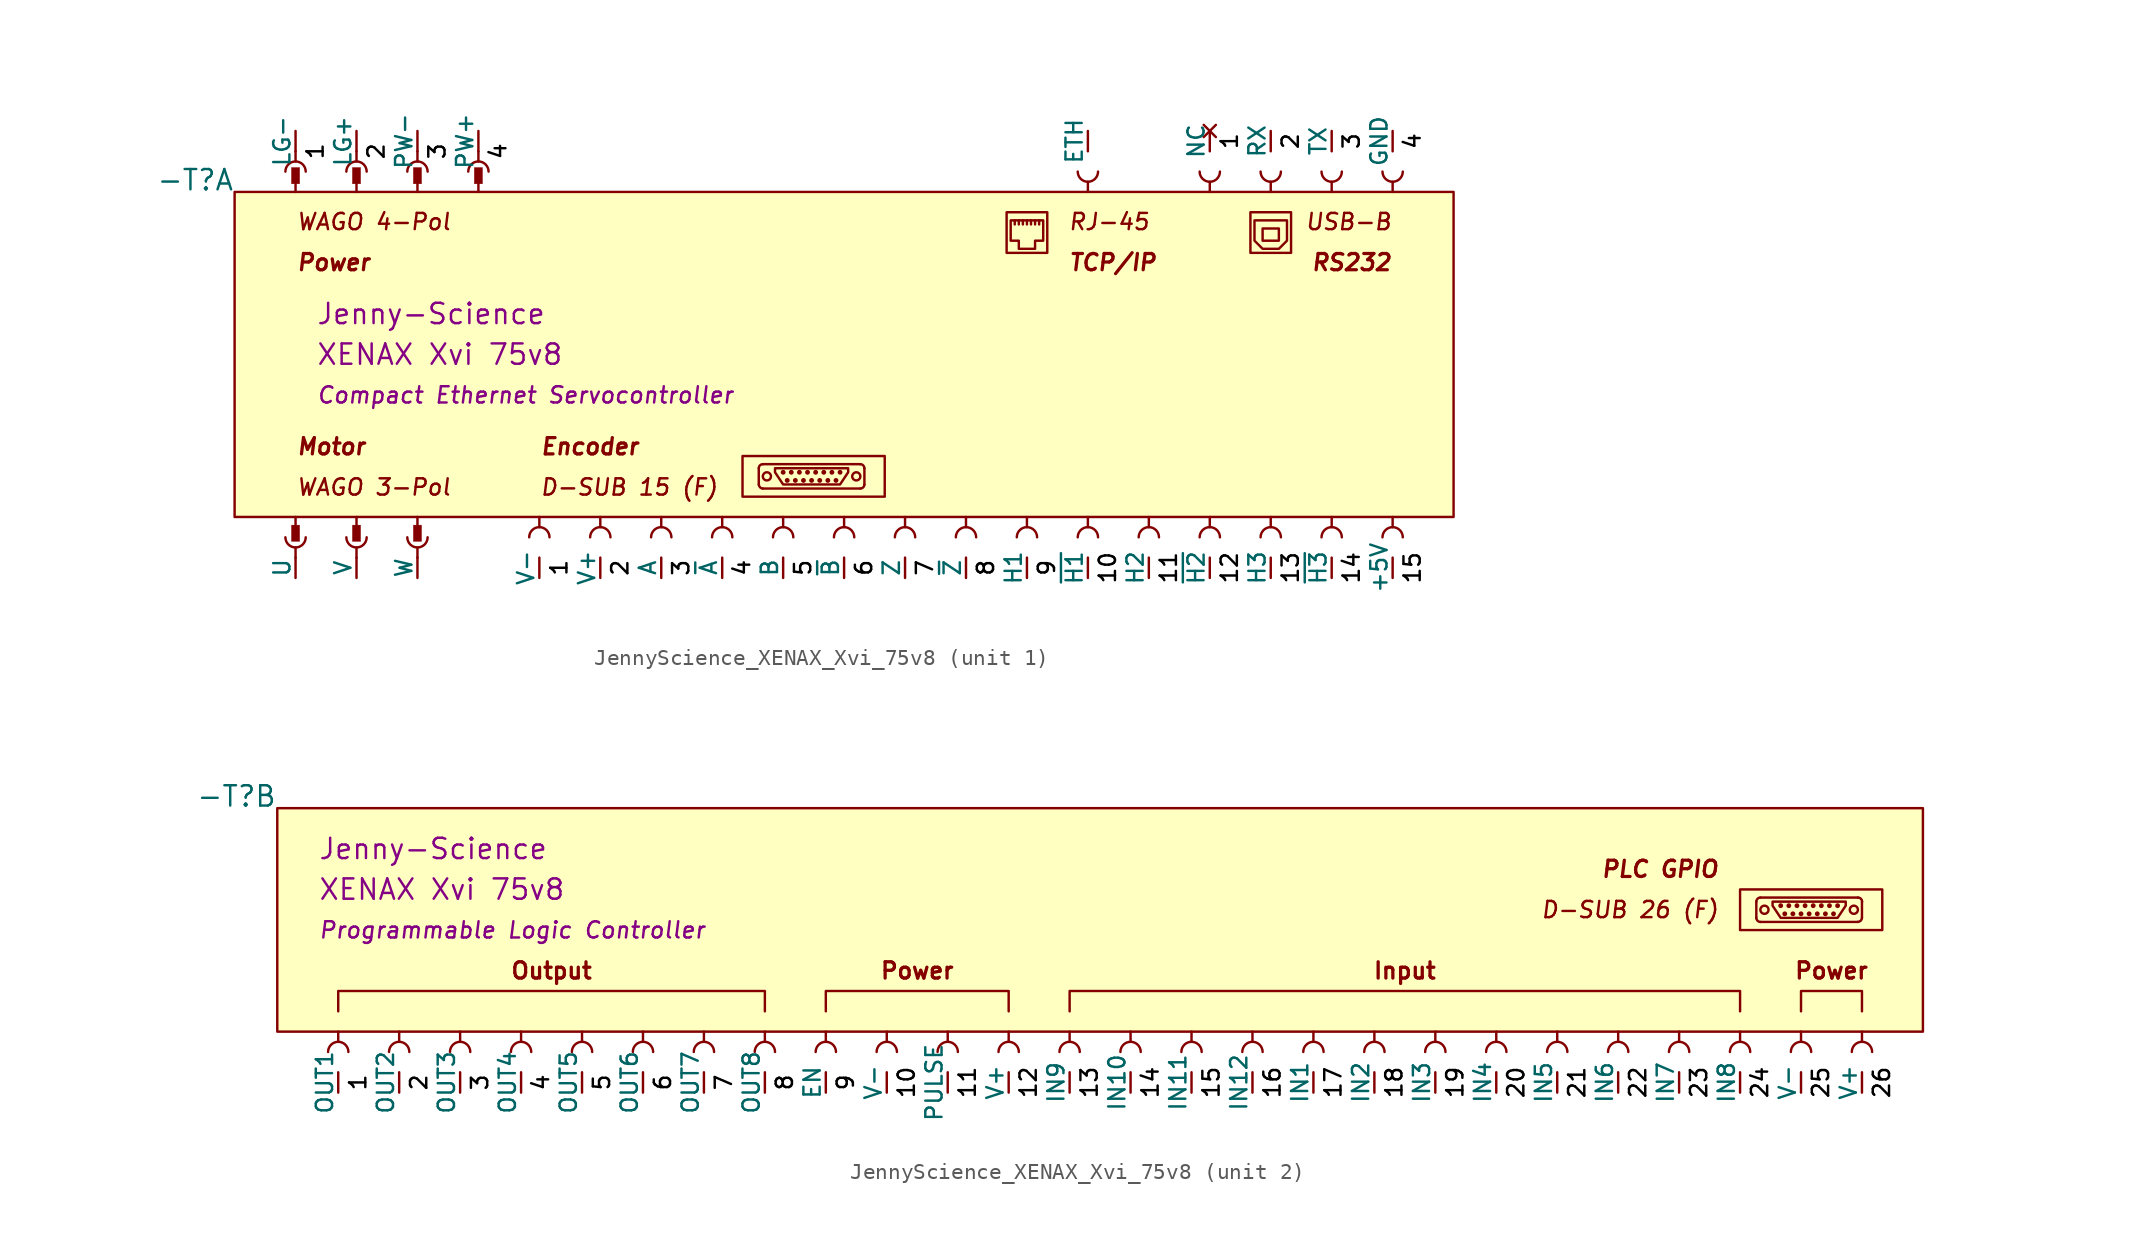
<source format=kicad_sym>
(kicad_symbol_lib
  (version 20231120)
  (generator "kicad_symbol_editor")
  (generator_version "8.0")
  (symbol "JennyScience_XENAX_Xvi_75v8"
    (pin_numbers hide)
    (pin_names
      (offset 0))
    (property "Reference" "-T"
      (at 0 0 0)
      (do_not_autoplace)
      (effects (font (size 1.27 1.27)) (justify right bottom)))
    (property "Manufacturer" "Jenny-Science"
      (at -1.27 -5.08 0)
      (do_not_autoplace)
      (effects (font (size 1.27 1.27)) (justify right) (hide yes)))
    (property "PartNo" "XENAX Xvi 75v8"
      (at -1.27 -7.62 0)
      (effects (font (size 1.27 1.27)) (justify right) (hide yes)))
    (property "ki_locked" ""
      (at 0 0 0)
      (effects (font (size 1.27 1.27))))
    (symbol "JennyScience_XENAX_Xvi_75v8_1_0"
      (polyline (pts (xy 32.766 -18.288) (xy 32.766 -17.272)) (stroke (width 0) (type default)) (fill (type none)))
      (polyline (pts (xy 33.02 -17.018) (xy 39.116 -17.018)) (stroke (width 0) (type default)) (fill (type none)))
      (polyline (pts (xy 39.116 -18.542) (xy 33.02 -18.542)) (stroke (width 0) (type default)) (fill (type none)))
      (polyline (pts (xy 39.37 -17.272) (xy 39.37 -18.288)) (stroke (width 0) (type default)) (fill (type none)))
      (polyline (pts (xy 48.768 -2.032) (xy 48.768 -1.778)) (stroke (width 0) (type default)) (fill (type none)))
      (polyline (pts (xy 49.022 -2.032) (xy 49.022 -1.778)) (stroke (width 0) (type default)) (fill (type none)))
      (polyline (pts (xy 49.276 -2.032) (xy 49.276 -1.778)) (stroke (width 0) (type default)) (fill (type none)))
      (polyline (pts (xy 49.53 -2.032) (xy 49.53 -1.778)) (stroke (width 0) (type default)) (fill (type none)))
      (polyline (pts (xy 49.784 -2.032) (xy 49.784 -1.778)) (stroke (width 0) (type default)) (fill (type none)))
      (polyline (pts (xy 50.038 -2.032) (xy 50.038 -1.778)) (stroke (width 0) (type default)) (fill (type none)))
      (polyline (pts (xy 50.292 -2.032) (xy 50.292 -1.778)) (stroke (width 0) (type default)) (fill (type none)))
      (polyline (pts (xy 37.846 -18.288) (xy 34.29 -18.288) (xy 33.782 -17.526) (xy 33.782 -17.272) (xy 38.354 -17.272) (xy 38.354 -17.526) (xy 37.846 -18.288)) (stroke (width 0) (type default)) (fill (type none)))
      (polyline (pts (xy 65.786 -3.048) (xy 65.786 -1.778) (xy 63.754 -1.778) (xy 63.754 -3.048) (xy 64.262 -3.556) (xy 65.278 -3.556) (xy 65.786 -3.048)) (stroke (width 0) (type default)) (fill (type none)))
      (polyline (pts (xy 48.514 -3.048) (xy 49.022 -3.048) (xy 49.022 -3.556) (xy 50.038 -3.556) (xy 50.038 -3.048) (xy 50.546 -3.048) (xy 50.546 -1.778) (xy 48.514 -1.778) (xy 48.514 -3.048)) (stroke (width 0) (type default)) (fill (type none)))
      (rectangle (start 31.75 -19.05) (end 40.64 -16.51) (stroke (width 0) (type default)) (fill (type none)))
      (arc (start 32.766 -18.288) (mid 32.8404 -18.4676) (end 33.02 -18.542) (stroke (width 0) (type default)) (fill (type none)))
      (arc (start 33.022 -17.018) (mid 32.8411 -17.0917) (end 32.768 -17.272) (stroke (width 0) (type default)) (fill (type none)))
      (circle (center 33.274 -17.78) (radius 0.254) (stroke (width 0) (type default)) (fill (type none)))
      (circle (center 34.29 -17.526) (radius 0.0001) (stroke (width 0) (type default)) (fill (type none)))
      (circle (center 34.544 -18.034) (radius 0.0001) (stroke (width 0) (type default)) (fill (type none)))
      (circle (center 34.798 -17.526) (radius 0.0001) (stroke (width 0) (type default)) (fill (type none)))
      (circle (center 35.052 -18.034) (radius 0.0001) (stroke (width 0) (type default)) (fill (type none)))
      (circle (center 35.306 -17.526) (radius 0.0001) (stroke (width 0) (type default)) (fill (type none)))
      (circle (center 35.56 -18.034) (radius 0.0001) (stroke (width 0) (type default)) (fill (type none)))
      (circle (center 35.814 -17.526) (radius 0.0001) (stroke (width 0) (type default)) (fill (type none)))
      (circle (center 36.068 -18.034) (radius 0.0001) (stroke (width 0) (type default)) (fill (type none)))
      (circle (center 36.322 -17.526) (radius 0.0001) (stroke (width 0) (type default)) (fill (type none)))
      (circle (center 36.576 -18.034) (radius 0.0001) (stroke (width 0) (type default)) (fill (type none)))
      (circle (center 36.83 -17.526) (radius 0.0001) (stroke (width 0) (type default)) (fill (type none)))
      (circle (center 37.084 -18.034) (radius 0.0001) (stroke (width 0) (type default)) (fill (type none)))
      (circle (center 37.338 -17.526) (radius 0.0001) (stroke (width 0) (type default)) (fill (type none)))
      (circle (center 37.592 -18.034) (radius 0.0001) (stroke (width 0) (type default)) (fill (type none)))
      (circle (center 37.846 -17.526) (radius 0.0001) (stroke (width 0) (type default)) (fill (type none)))
      (circle (center 38.862 -17.78) (radius 0.254) (stroke (width 0) (type default)) (fill (type none)))
      (arc (start 39.114 -18.542) (mid 39.2949 -18.4683) (end 39.368 -18.288) (stroke (width 0) (type default)) (fill (type none)))
      (arc (start 39.37 -17.274) (mid 39.2963 -17.0931) (end 39.116 -17.02) (stroke (width 0) (type default)) (fill (type none)))
      (rectangle (start 48.26 -1.27) (end 50.8 -3.81) (stroke (width 0) (type default)) (fill (type none)))
      (rectangle (start 63.5 -1.27) (end 66.04 -3.81) (stroke (width 0) (type default)) (fill (type none)))
      (rectangle (start 64.262 -2.286) (end 65.278 -3.048) (stroke (width 0) (type default)) (fill (type none)))
      (text "${Manufacturer}" (at 5.08 -7.62 0) (effects (font (size 1.27 1.27) (color 132 0 132 1)) (justify left)))
      (text "${PartNo}" (at 5.08 -10.16 0) (effects (font (size 1.27 1.27) (color 132 0 132 1)) (justify left)))
      (text "1" (at 4.445 2.54 900) (effects (font (size 1.016 1.016) (color 0 0 0 1)) (justify top)))
      (text "1" (at 19.685 -23.495 900) (effects (font (size 1.016 1.016) (color 0 0 0 1)) (justify top)))
      (text "1" (at 61.595 3.175 900) (effects (font (size 1.016 1.016) (color 0 0 0 1)) (justify top)))
      (text "10" (at 53.975 -23.495 900) (effects (font (size 1.016 1.016) (color 0 0 0 1)) (justify top)))
      (text "11" (at 57.785 -23.495 900) (effects (font (size 1.016 1.016) (color 0 0 0 1)) (justify top)))
      (text "12" (at 61.595 -23.495 900) (effects (font (size 1.016 1.016) (color 0 0 0 1)) (justify top)))
      (text "13" (at 65.405 -23.495 900) (effects (font (size 1.016 1.016) (color 0 0 0 1)) (justify top)))
      (text "14" (at 69.215 -23.495 900) (effects (font (size 1.016 1.016) (color 0 0 0 1)) (justify top)))
      (text "15" (at 73.025 -23.495 900) (effects (font (size 1.016 1.016) (color 0 0 0 1)) (justify top)))
      (text "2" (at 8.255 2.54 900) (effects (font (size 1.016 1.016) (color 0 0 0 1)) (justify top)))
      (text "2" (at 23.495 -23.495 900) (effects (font (size 1.016 1.016) (color 0 0 0 1)) (justify top)))
      (text "2" (at 65.405 3.175 900) (effects (font (size 1.016 1.016) (color 0 0 0 1)) (justify top)))
      (text "3" (at 12.065 2.54 900) (effects (font (size 1.016 1.016) (color 0 0 0 1)) (justify top)))
      (text "3" (at 27.305 -23.495 900) (effects (font (size 1.016 1.016) (color 0 0 0 1)) (justify top)))
      (text "3" (at 69.215 3.175 900) (effects (font (size 1.016 1.016) (color 0 0 0 1)) (justify top)))
      (text "4" (at 15.875 2.54 900) (effects (font (size 1.016 1.016) (color 0 0 0 1)) (justify top)))
      (text "4" (at 31.115 -23.495 900) (effects (font (size 1.016 1.016) (color 0 0 0 1)) (justify top)))
      (text "4" (at 73.025 3.175 900) (effects (font (size 1.016 1.016) (color 0 0 0 1)) (justify top)))
      (text "5" (at 34.925 -23.495 900) (effects (font (size 1.016 1.016) (color 0 0 0 1)) (justify top)))
      (text "6" (at 38.735 -23.495 900) (effects (font (size 1.016 1.016) (color 0 0 0 1)) (justify top)))
      (text "7" (at 42.545 -23.495 900) (effects (font (size 1.016 1.016) (color 0 0 0 1)) (justify top)))
      (text "8" (at 46.355 -23.495 900) (effects (font (size 1.016 1.016) (color 0 0 0 1)) (justify top)))
      (text "9" (at 50.165 -23.495 900) (effects (font (size 1.016 1.016) (color 0 0 0 1)) (justify top)))
      (text "Compact Ethernet Servocontroller" (at 5.08 -12.7 0) (effects (font (size 1.016 1.016) (italic yes) (color 132 0 132 1)) (justify left)))
      (text "D-SUB 15 (F)" (at 19.05 -19.05 0) (effects (font (size 1.016 1.016) (italic yes)) (justify left bottom)))
      (text "Encoder" (at 19.05 -16.51 0) (effects (font (size 1.016 1.016) (bold yes) (italic yes)) (justify left bottom)))
      (text "Motor" (at 3.81 -16.51 0) (effects (font (size 1.016 1.016) (bold yes) (italic yes)) (justify left bottom)))
      (text "Power" (at 3.81 -3.81 0) (effects (font (size 1.016 1.016) (bold yes) (italic yes)) (justify left top)))
      (text "RJ-45" (at 52.07 -1.27 0) (effects (font (size 1.016 1.016) (italic yes)) (justify left top)))
      (text "RS232" (at 72.39 -3.81 0) (effects (font (size 1.016 1.016) (bold yes) (italic yes)) (justify right top)))
      (text "TCP/IP" (at 52.07 -3.81 0) (effects (font (size 1.016 1.016) (bold yes) (italic yes)) (justify left top)))
      (text "USB-B" (at 72.39 -1.27 0) (effects (font (size 1.016 1.016) (italic yes)) (justify right top)))
      (text "WAGO 3-Pol" (at 3.81 -19.05 0) (effects (font (size 1.016 1.016) (italic yes)) (justify left bottom)))
      (text "WAGO 4-Pol" (at 3.81 -1.27 0) (effects (font (size 1.016 1.016) (italic yes)) (justify left top))))
    (symbol "JennyScience_XENAX_Xvi_75v8_1_1"
      (polyline (pts (xy 3.81 -22.225) (xy 3.81 -22.86)) (stroke (width 0) (type default)) (fill (type none)))
      (polyline (pts (xy 3.81 -21.59) (xy 3.81 -20.32)) (stroke (width 0) (type default)) (fill (type none)))
      (polyline (pts (xy 3.81 1.27) (xy 3.81 0)) (stroke (width 0) (type default)) (fill (type none)))
      (polyline (pts (xy 3.81 1.905) (xy 3.81 2.54)) (stroke (width 0) (type default)) (fill (type none)))
      (polyline (pts (xy 7.62 -22.225) (xy 7.62 -22.86)) (stroke (width 0) (type default)) (fill (type none)))
      (polyline (pts (xy 7.62 -21.59) (xy 7.62 -20.32)) (stroke (width 0) (type default)) (fill (type none)))
      (polyline (pts (xy 7.62 1.27) (xy 7.62 0)) (stroke (width 0) (type default)) (fill (type none)))
      (polyline (pts (xy 7.62 1.905) (xy 7.62 2.54)) (stroke (width 0) (type default)) (fill (type none)))
      (polyline (pts (xy 11.43 -22.225) (xy 11.43 -22.86)) (stroke (width 0) (type default)) (fill (type none)))
      (polyline (pts (xy 11.43 -21.59) (xy 11.43 -20.32)) (stroke (width 0) (type default)) (fill (type none)))
      (polyline (pts (xy 11.43 1.27) (xy 11.43 0)) (stroke (width 0) (type default)) (fill (type none)))
      (polyline (pts (xy 11.43 1.905) (xy 11.43 2.54)) (stroke (width 0) (type default)) (fill (type none)))
      (polyline (pts (xy 15.24 1.27) (xy 15.24 0)) (stroke (width 0) (type default)) (fill (type none)))
      (polyline (pts (xy 15.24 1.905) (xy 15.24 2.54)) (stroke (width 0) (type default)) (fill (type none)))
      (polyline (pts (xy 19.05 -20.955) (xy 19.05 -20.32)) (stroke (width 0) (type default)) (fill (type none)))
      (polyline (pts (xy 22.86 -20.955) (xy 22.86 -20.32)) (stroke (width 0) (type default)) (fill (type none)))
      (polyline (pts (xy 26.67 -20.955) (xy 26.67 -20.32)) (stroke (width 0) (type default)) (fill (type none)))
      (polyline (pts (xy 30.48 -20.955) (xy 30.48 -20.32)) (stroke (width 0) (type default)) (fill (type none)))
      (polyline (pts (xy 34.29 -20.955) (xy 34.29 -20.32)) (stroke (width 0) (type default)) (fill (type none)))
      (polyline (pts (xy 38.1 -20.955) (xy 38.1 -20.32)) (stroke (width 0) (type default)) (fill (type none)))
      (polyline (pts (xy 41.91 -20.955) (xy 41.91 -20.32)) (stroke (width 0) (type default)) (fill (type none)))
      (polyline (pts (xy 45.72 -20.955) (xy 45.72 -20.32)) (stroke (width 0) (type default)) (fill (type none)))
      (polyline (pts (xy 49.53 -20.955) (xy 49.53 -20.32)) (stroke (width 0) (type default)) (fill (type none)))
      (polyline (pts (xy 53.34 -20.955) (xy 53.34 -20.32)) (stroke (width 0) (type default)) (fill (type none)))
      (polyline (pts (xy 53.34 0.635) (xy 53.34 0)) (stroke (width 0) (type default)) (fill (type none)))
      (polyline (pts (xy 57.15 -20.955) (xy 57.15 -20.32)) (stroke (width 0) (type default)) (fill (type none)))
      (polyline (pts (xy 60.96 -20.955) (xy 60.96 -20.32)) (stroke (width 0) (type default)) (fill (type none)))
      (polyline (pts (xy 60.96 0.635) (xy 60.96 0)) (stroke (width 0) (type default)) (fill (type none)))
      (polyline (pts (xy 64.77 -20.955) (xy 64.77 -20.32)) (stroke (width 0) (type default)) (fill (type none)))
      (polyline (pts (xy 64.77 0.635) (xy 64.77 0)) (stroke (width 0) (type default)) (fill (type none)))
      (polyline (pts (xy 68.58 -20.955) (xy 68.58 -20.32)) (stroke (width 0) (type default)) (fill (type none)))
      (polyline (pts (xy 68.58 0.635) (xy 68.58 0)) (stroke (width 0) (type default)) (fill (type none)))
      (polyline (pts (xy 72.39 -20.955) (xy 72.39 -20.32)) (stroke (width 0) (type default)) (fill (type none)))
      (polyline (pts (xy 72.39 0.635) (xy 72.39 0)) (stroke (width 0) (type default)) (fill (type none)))
      (rectangle (start 0 0) (end 76.2 -20.32) (stroke (width 0) (type solid)) (fill (type background)))
      (arc (start 3.175 -21.59) (mid 3.81 -22.225) (end 4.445 -21.59) (stroke (width 0) (type default)) (fill (type none)))
      (rectangle (start 3.556 -21.844) (end 4.064 -20.828) (stroke (width 0.025) (type default)) (fill (type outline)))
      (rectangle (start 4.064 1.524) (end 3.556 0.508) (stroke (width 0.025) (type default)) (fill (type outline)))
      (arc (start 4.445 1.27) (mid 3.81 1.905) (end 3.175 1.27) (stroke (width 0) (type default)) (fill (type none)))
      (arc (start 6.985 -21.59) (mid 7.62 -22.225) (end 8.255 -21.59) (stroke (width 0) (type default)) (fill (type none)))
      (rectangle (start 7.366 -21.844) (end 7.874 -20.828) (stroke (width 0.025) (type default)) (fill (type outline)))
      (rectangle (start 7.874 1.524) (end 7.366 0.508) (stroke (width 0.025) (type default)) (fill (type outline)))
      (arc (start 8.255 1.27) (mid 7.62 1.905) (end 6.985 1.27) (stroke (width 0) (type default)) (fill (type none)))
      (arc (start 10.795 -21.59) (mid 11.43 -22.225) (end 12.065 -21.59) (stroke (width 0) (type default)) (fill (type none)))
      (rectangle (start 11.176 -21.844) (end 11.684 -20.828) (stroke (width 0.025) (type default)) (fill (type outline)))
      (rectangle (start 11.684 1.524) (end 11.176 0.508) (stroke (width 0.025) (type default)) (fill (type outline)))
      (arc (start 12.065 1.27) (mid 11.43 1.905) (end 10.795 1.27) (stroke (width 0) (type default)) (fill (type none)))
      (rectangle (start 15.494 1.524) (end 14.986 0.508) (stroke (width 0.025) (type default)) (fill (type outline)))
      (arc (start 15.875 1.27) (mid 15.24 1.905) (end 14.605 1.27) (stroke (width 0) (type default)) (fill (type none)))
      (arc (start 19.685 -21.59) (mid 19.05 -20.955) (end 18.415 -21.59) (stroke (width 0) (type default)) (fill (type none)))
      (arc (start 23.495 -21.59) (mid 22.86 -20.955) (end 22.225 -21.59) (stroke (width 0) (type default)) (fill (type none)))
      (arc (start 27.305 -21.59) (mid 26.67 -20.955) (end 26.035 -21.59) (stroke (width 0) (type default)) (fill (type none)))
      (arc (start 31.115 -21.59) (mid 30.48 -20.955) (end 29.845 -21.59) (stroke (width 0) (type default)) (fill (type none)))
      (arc (start 34.925 -21.59) (mid 34.29 -20.955) (end 33.655 -21.59) (stroke (width 0) (type default)) (fill (type none)))
      (arc (start 38.735 -21.59) (mid 38.1 -20.955) (end 37.465 -21.59) (stroke (width 0) (type default)) (fill (type none)))
      (arc (start 42.545 -21.59) (mid 41.91 -20.955) (end 41.275 -21.59) (stroke (width 0) (type default)) (fill (type none)))
      (arc (start 46.355 -21.59) (mid 45.72 -20.955) (end 45.085 -21.59) (stroke (width 0) (type default)) (fill (type none)))
      (arc (start 50.165 -21.59) (mid 49.53 -20.955) (end 48.895 -21.59) (stroke (width 0) (type default)) (fill (type none)))
      (arc (start 52.705 1.27) (mid 53.34 0.635) (end 53.975 1.27) (stroke (width 0) (type default)) (fill (type none)))
      (arc (start 53.975 -21.59) (mid 53.34 -20.955) (end 52.705 -21.59) (stroke (width 0) (type default)) (fill (type none)))
      (arc (start 57.785 -21.59) (mid 57.15 -20.955) (end 56.515 -21.59) (stroke (width 0) (type default)) (fill (type none)))
      (arc (start 60.325 1.27) (mid 60.96 0.635) (end 61.595 1.27) (stroke (width 0) (type default)) (fill (type none)))
      (arc (start 61.595 -21.59) (mid 60.96 -20.955) (end 60.325 -21.59) (stroke (width 0) (type default)) (fill (type none)))
      (arc (start 64.135 1.27) (mid 64.77 0.635) (end 65.405 1.27) (stroke (width 0) (type default)) (fill (type none)))
      (arc (start 65.405 -21.59) (mid 64.77 -20.955) (end 64.135 -21.59) (stroke (width 0) (type default)) (fill (type none)))
      (arc (start 67.945 1.27) (mid 68.58 0.635) (end 69.215 1.27) (stroke (width 0) (type default)) (fill (type none)))
      (arc (start 69.215 -21.59) (mid 68.58 -20.955) (end 67.945 -21.59) (stroke (width 0) (type default)) (fill (type none)))
      (arc (start 71.755 1.27) (mid 72.39 0.635) (end 73.025 1.27) (stroke (width 0) (type default)) (fill (type none)))
      (arc (start 73.025 -21.59) (mid 72.39 -20.955) (end 71.755 -21.59) (stroke (width 0) (type default)) (fill (type none)))
      (pin power_in line (at 3.81 3.81 270) (length 1.27) (name "LG-" (effects (font (size 1.016 1.016)))) (number "1" (effects (font (size 1.016 1.016)))))
      (pin bidirectional line (at 53.34 3.81 270) (length 1.27) (name "ETH" (effects (font (size 1.016 1.016)))) (number "11" (effects (font (size 1.016 1.016)))))
      (pin passive line (at 72.39 3.81 270) (length 1.27) (name "GND" (effects (font (size 1.016 1.016)))) (number "11" (effects (font (size 1.016 1.016)))))
      (pin no_connect line (at 60.96 3.81 270) (length 1.27) (name "NC" (effects (font (size 1.016 1.016)))) (number "11" (effects (font (size 1.016 1.016)))))
      (pin input line (at 64.77 3.81 270) (length 1.27) (name "RX" (effects (font (size 1.016 1.016)))) (number "11" (effects (font (size 1.016 1.016)))))
      (pin output line (at 68.58 3.81 270) (length 1.27) (name "TX" (effects (font (size 1.016 1.016)))) (number "11" (effects (font (size 1.016 1.016)))))
      (pin output line (at 3.81 -24.13 90) (length 1.27) (name "U" (effects (font (size 1.016 1.016)))) (number "11" (effects (font (size 0 0)))))
      (pin power_out line (at 19.05 -24.13 90) (length 1.27) (name "V-" (effects (font (size 1.016 1.016)))) (number "11" (effects (font (size 1.016 1.016)))))
      (pin power_out line (at 72.39 -24.13 90) (length 1.27) (name "+5V" (effects (font (size 1.016 1.016)))) (number "12" (effects (font (size 1.016 1.016)))))
      (pin input line (at 26.67 -24.13 90) (length 1.27) (name "A" (effects (font (size 1.016 1.016)))) (number "12" (effects (font (size 1.016 1.016)))))
      (pin input line (at 34.29 -24.13 90) (length 1.27) (name "B" (effects (font (size 1.016 1.016)))) (number "12" (effects (font (size 1.016 1.016)))))
      (pin input line (at 49.53 -24.13 90) (length 1.27) (name "H1" (effects (font (size 1.016 1.016)))) (number "12" (effects (font (size 1.016 1.016)))))
      (pin input line (at 57.15 -24.13 90) (length 1.27) (name "H2" (effects (font (size 1.016 1.016)))) (number "12" (effects (font (size 1.016 1.016)))))
      (pin input line (at 64.77 -24.13 90) (length 1.27) (name "H3" (effects (font (size 1.016 1.016)))) (number "12" (effects (font (size 1.016 1.016)))))
      (pin output line (at 7.62 -24.13 90) (length 1.27) (name "V" (effects (font (size 1.016 1.016)))) (number "12" (effects (font (size 1.016 1.016)))))
      (pin power_out line (at 22.86 -24.13 90) (length 1.27) (name "V+" (effects (font (size 1.016 1.016)))) (number "12" (effects (font (size 1.016 1.016)))))
      (pin input line (at 41.91 -24.13 90) (length 1.27) (name "Z" (effects (font (size 1.016 1.016)))) (number "12" (effects (font (size 1.016 1.016)))))
      (pin input line (at 30.48 -24.13 90) (length 1.27) (name "~{A}" (effects (font (size 1.016 1.016)))) (number "12" (effects (font (size 1.016 1.016)))))
      (pin input line (at 38.1 -24.13 90) (length 1.27) (name "~{B}" (effects (font (size 1.016 1.016)))) (number "12" (effects (font (size 1.016 1.016)))))
      (pin input line (at 53.34 -24.13 90) (length 1.27) (name "~{H1}" (effects (font (size 1.016 1.016)))) (number "12" (effects (font (size 1.016 1.016)))))
      (pin input line (at 60.96 -24.13 90) (length 1.27) (name "~{H2}" (effects (font (size 1.016 1.016)))) (number "12" (effects (font (size 1.016 1.016)))))
      (pin input line (at 68.58 -24.13 90) (length 1.27) (name "~{H3}" (effects (font (size 1.016 1.016)))) (number "12" (effects (font (size 1.016 1.016)))))
      (pin input line (at 45.72 -24.13 90) (length 1.27) (name "~{Z}" (effects (font (size 1.016 1.016)))) (number "12" (effects (font (size 1.016 1.016)))))
      (pin output line (at 11.43 -24.13 90) (length 1.27) (name "W" (effects (font (size 1.016 1.016)))) (number "13" (effects (font (size 1.016 1.016)))))
      (pin power_in line (at 7.62 3.81 270) (length 1.27) (name "LG+" (effects (font (size 1.016 1.016)))) (number "2" (effects (font (size 1.016 1.016)))))
      (pin power_in line (at 11.43 3.81 270) (length 1.27) (name "PW-" (effects (font (size 1.016 1.016)))) (number "3" (effects (font (size 1.016 1.016)))))
      (pin power_in line (at 15.24 3.81 270) (length 1.27) (name "PW+" (effects (font (size 1.016 1.016)))) (number "4" (effects (font (size 1.016 1.016))))))
    (symbol "JennyScience_XENAX_Xvi_75v8_2_0"
      (polyline (pts (xy 92.456 -6.858) (xy 92.456 -5.842)) (stroke (width 0) (type default)) (fill (type none)))
      (polyline (pts (xy 92.71 -5.588) (xy 98.806 -5.588)) (stroke (width 0) (type default)) (fill (type none)))
      (polyline (pts (xy 98.806 -7.112) (xy 92.71 -7.112)) (stroke (width 0) (type default)) (fill (type none)))
      (polyline (pts (xy 99.06 -5.842) (xy 99.06 -6.858)) (stroke (width 0) (type default)) (fill (type none)))
      (polyline (pts (xy 3.81 -12.7) (xy 3.81 -11.43) (xy 30.48 -11.43) (xy 30.48 -12.7)) (stroke (width 0) (type default)) (fill (type none)))
      (polyline (pts (xy 45.72 -12.7) (xy 45.72 -11.43) (xy 34.29 -11.43) (xy 34.29 -12.7)) (stroke (width 0) (type default)) (fill (type none)))
      (polyline (pts (xy 49.53 -12.7) (xy 49.53 -11.43) (xy 91.44 -11.43) (xy 91.44 -12.7)) (stroke (width 0) (type default)) (fill (type none)))
      (polyline (pts (xy 95.25 -12.7) (xy 95.25 -11.43) (xy 99.06 -11.43) (xy 99.06 -12.7)) (stroke (width 0) (type default)) (fill (type none)))
      (polyline (pts (xy 97.536 -6.858) (xy 93.98 -6.858) (xy 93.472 -6.096) (xy 93.472 -5.842) (xy 98.044 -5.842) (xy 98.044 -6.096) (xy 97.536 -6.858)) (stroke (width 0) (type default)) (fill (type none)))
      (rectangle (start 91.44 -5.08) (end 100.33 -7.62) (stroke (width 0) (type default)) (fill (type none)))
      (arc (start 92.456 -6.858) (mid 92.5297 -7.0389) (end 92.71 -7.112) (stroke (width 0) (type default)) (fill (type none)))
      (arc (start 92.712 -5.588) (mid 92.5318 -5.6618) (end 92.458 -5.842) (stroke (width 0) (type default)) (fill (type none)))
      (circle (center 92.964 -6.35) (radius 0.254) (stroke (width 0) (type default)) (fill (type none)))
      (circle (center 93.98 -6.096) (radius 0.0001) (stroke (width 0) (type default)) (fill (type none)))
      (circle (center 94.234 -6.604) (radius 0.0001) (stroke (width 0) (type default)) (fill (type none)))
      (circle (center 94.488 -6.096) (radius 0.0001) (stroke (width 0) (type default)) (fill (type none)))
      (circle (center 94.742 -6.604) (radius 0.0001) (stroke (width 0) (type default)) (fill (type none)))
      (circle (center 94.996 -6.096) (radius 0.0001) (stroke (width 0) (type default)) (fill (type none)))
      (circle (center 95.25 -6.604) (radius 0.0001) (stroke (width 0) (type default)) (fill (type none)))
      (circle (center 95.504 -6.096) (radius 0.0001) (stroke (width 0) (type default)) (fill (type none)))
      (circle (center 95.758 -6.604) (radius 0.0001) (stroke (width 0) (type default)) (fill (type none)))
      (circle (center 96.012 -6.096) (radius 0.0001) (stroke (width 0) (type default)) (fill (type none)))
      (circle (center 96.266 -6.604) (radius 0.0001) (stroke (width 0) (type default)) (fill (type none)))
      (circle (center 96.52 -6.096) (radius 0.0001) (stroke (width 0) (type default)) (fill (type none)))
      (circle (center 96.774 -6.604) (radius 0.0001) (stroke (width 0) (type default)) (fill (type none)))
      (circle (center 97.028 -6.096) (radius 0.0001) (stroke (width 0) (type default)) (fill (type none)))
      (circle (center 97.282 -6.604) (radius 0.0001) (stroke (width 0) (type default)) (fill (type none)))
      (circle (center 97.536 -6.096) (radius 0.0001) (stroke (width 0) (type default)) (fill (type none)))
      (circle (center 98.552 -6.35) (radius 0.254) (stroke (width 0) (type default)) (fill (type none)))
      (arc (start 98.804 -7.112) (mid 98.9832 -7.0391) (end 99.058 -6.858) (stroke (width 0) (type default)) (fill (type none)))
      (arc (start 99.06 -5.844) (mid 98.9868 -5.6632) (end 98.806 -5.59) (stroke (width 0) (type default)) (fill (type none)))
      (text "${Manufacturer}" (at 2.54 -2.54 0) (effects (font (size 1.27 1.27) (color 132 0 132 1)) (justify left)))
      (text "${PartNo}" (at 2.54 -5.08 0) (effects (font (size 1.27 1.27) (color 132 0 132 1)) (justify left)))
      (text "1" (at 4.445 -17.145 900) (effects (font (size 1.016 1.016) (color 0 0 0 1)) (justify top)))
      (text "10" (at 38.735 -17.145 900) (effects (font (size 1.016 1.016) (color 0 0 0 1)) (justify top)))
      (text "11" (at 42.545 -17.145 900) (effects (font (size 1.016 1.016) (color 0 0 0 1)) (justify top)))
      (text "12" (at 46.355 -17.145 900) (effects (font (size 1.016 1.016) (color 0 0 0 1)) (justify top)))
      (text "13" (at 50.165 -17.145 900) (effects (font (size 1.016 1.016) (color 0 0 0 1)) (justify top)))
      (text "14" (at 53.975 -17.145 900) (effects (font (size 1.016 1.016) (color 0 0 0 1)) (justify top)))
      (text "15" (at 57.785 -17.145 900) (effects (font (size 1.016 1.016) (color 0 0 0 1)) (justify top)))
      (text "16" (at 61.595 -17.145 900) (effects (font (size 1.016 1.016) (color 0 0 0 1)) (justify top)))
      (text "17" (at 65.405 -17.145 900) (effects (font (size 1.016 1.016) (color 0 0 0 1)) (justify top)))
      (text "18" (at 69.215 -17.145 900) (effects (font (size 1.016 1.016) (color 0 0 0 1)) (justify top)))
      (text "19" (at 73.025 -17.145 900) (effects (font (size 1.016 1.016) (color 0 0 0 1)) (justify top)))
      (text "2" (at 8.255 -17.145 900) (effects (font (size 1.016 1.016) (color 0 0 0 1)) (justify top)))
      (text "20" (at 76.835 -17.145 900) (effects (font (size 1.016 1.016) (color 0 0 0 1)) (justify top)))
      (text "21" (at 80.645 -17.145 900) (effects (font (size 1.016 1.016) (color 0 0 0 1)) (justify top)))
      (text "22" (at 84.455 -17.145 900) (effects (font (size 1.016 1.016) (color 0 0 0 1)) (justify top)))
      (text "23" (at 88.265 -17.145 900) (effects (font (size 1.016 1.016) (color 0 0 0 1)) (justify top)))
      (text "24" (at 92.075 -17.145 900) (effects (font (size 1.016 1.016) (color 0 0 0 1)) (justify top)))
      (text "25" (at 95.885 -17.145 900) (effects (font (size 1.016 1.016) (color 0 0 0 1)) (justify top)))
      (text "26" (at 99.695 -17.145 900) (effects (font (size 1.016 1.016) (color 0 0 0 1)) (justify top)))
      (text "3" (at 12.065 -17.145 900) (effects (font (size 1.016 1.016) (color 0 0 0 1)) (justify top)))
      (text "4" (at 15.875 -17.145 900) (effects (font (size 1.016 1.016) (color 0 0 0 1)) (justify top)))
      (text "5" (at 19.685 -17.145 900) (effects (font (size 1.016 1.016) (color 0 0 0 1)) (justify top)))
      (text "6" (at 23.495 -17.145 900) (effects (font (size 1.016 1.016) (color 0 0 0 1)) (justify top)))
      (text "7" (at 27.305 -17.145 900) (effects (font (size 1.016 1.016) (color 0 0 0 1)) (justify top)))
      (text "8" (at 31.115 -17.145 900) (effects (font (size 1.016 1.016) (color 0 0 0 1)) (justify top)))
      (text "9" (at 34.925 -17.145 900) (effects (font (size 1.016 1.016) (color 0 0 0 1)) (justify top)))
      (text "D-SUB 26 (F)" (at 90.17 -6.35 0) (effects (font (size 1.016 1.016) (italic yes)) (justify right)))
      (text "Input" (at 70.485 -10.16 0) (effects (font (size 1.016 1.016) (bold yes))))
      (text "Output" (at 17.145 -10.16 0) (effects (font (size 1.016 1.016) (bold yes))))
      (text "PLC GPIO" (at 90.17 -3.81 0) (effects (font (size 1.016 1.016) (bold yes) (italic yes)) (justify right)))
      (text "Power" (at 40.005 -10.16 0) (effects (font (size 1.016 1.016) (bold yes))))
      (text "Power" (at 97.155 -10.16 0) (effects (font (size 1.016 1.016) (bold yes))))
      (text "Programmable Logic Controller" (at 2.54 -7.62 0) (effects (font (size 1.016 1.016) (italic yes) (color 132 0 132 1)) (justify left))))
    (symbol "JennyScience_XENAX_Xvi_75v8_2_1"
      (polyline (pts (xy 3.81 -14.605) (xy 3.81 -13.97)) (stroke (width 0) (type default)) (fill (type none)))
      (polyline (pts (xy 7.62 -14.605) (xy 7.62 -13.97)) (stroke (width 0) (type default)) (fill (type none)))
      (polyline (pts (xy 11.43 -14.605) (xy 11.43 -13.97)) (stroke (width 0) (type default)) (fill (type none)))
      (polyline (pts (xy 15.24 -14.605) (xy 15.24 -13.97)) (stroke (width 0) (type default)) (fill (type none)))
      (polyline (pts (xy 19.05 -14.605) (xy 19.05 -13.97)) (stroke (width 0) (type default)) (fill (type none)))
      (polyline (pts (xy 22.86 -14.605) (xy 22.86 -13.97)) (stroke (width 0) (type default)) (fill (type none)))
      (polyline (pts (xy 26.67 -14.605) (xy 26.67 -13.97)) (stroke (width 0) (type default)) (fill (type none)))
      (polyline (pts (xy 30.48 -14.605) (xy 30.48 -13.97)) (stroke (width 0) (type default)) (fill (type none)))
      (polyline (pts (xy 34.29 -14.605) (xy 34.29 -13.97)) (stroke (width 0) (type default)) (fill (type none)))
      (polyline (pts (xy 38.1 -14.605) (xy 38.1 -13.97)) (stroke (width 0) (type default)) (fill (type none)))
      (polyline (pts (xy 41.91 -14.605) (xy 41.91 -13.97)) (stroke (width 0) (type default)) (fill (type none)))
      (polyline (pts (xy 45.72 -14.605) (xy 45.72 -13.97)) (stroke (width 0) (type default)) (fill (type none)))
      (polyline (pts (xy 49.53 -14.605) (xy 49.53 -13.97)) (stroke (width 0) (type default)) (fill (type none)))
      (polyline (pts (xy 53.34 -14.605) (xy 53.34 -13.97)) (stroke (width 0) (type default)) (fill (type none)))
      (polyline (pts (xy 57.15 -14.605) (xy 57.15 -13.97)) (stroke (width 0) (type default)) (fill (type none)))
      (polyline (pts (xy 60.96 -14.605) (xy 60.96 -13.97)) (stroke (width 0) (type default)) (fill (type none)))
      (polyline (pts (xy 64.77 -14.605) (xy 64.77 -13.97)) (stroke (width 0) (type default)) (fill (type none)))
      (polyline (pts (xy 68.58 -14.605) (xy 68.58 -13.97)) (stroke (width 0) (type default)) (fill (type none)))
      (polyline (pts (xy 72.39 -14.605) (xy 72.39 -13.97)) (stroke (width 0) (type default)) (fill (type none)))
      (polyline (pts (xy 76.2 -14.605) (xy 76.2 -13.97)) (stroke (width 0) (type default)) (fill (type none)))
      (polyline (pts (xy 80.01 -14.605) (xy 80.01 -13.97)) (stroke (width 0) (type default)) (fill (type none)))
      (polyline (pts (xy 83.82 -14.605) (xy 83.82 -13.97)) (stroke (width 0) (type default)) (fill (type none)))
      (polyline (pts (xy 87.63 -14.605) (xy 87.63 -13.97)) (stroke (width 0) (type default)) (fill (type none)))
      (polyline (pts (xy 91.44 -14.605) (xy 91.44 -13.97)) (stroke (width 0) (type default)) (fill (type none)))
      (polyline (pts (xy 95.25 -14.605) (xy 95.25 -13.97)) (stroke (width 0) (type default)) (fill (type none)))
      (polyline (pts (xy 99.06 -14.605) (xy 99.06 -13.97)) (stroke (width 0) (type default)) (fill (type none)))
      (rectangle (start 0 0) (end 102.87 -13.97) (stroke (width 0) (type solid)) (fill (type background)))
      (arc (start 4.445 -15.24) (mid 3.81 -14.605) (end 3.175 -15.24) (stroke (width 0) (type default)) (fill (type none)))
      (arc (start 8.255 -15.24) (mid 7.62 -14.605) (end 6.985 -15.24) (stroke (width 0) (type default)) (fill (type none)))
      (arc (start 12.065 -15.24) (mid 11.43 -14.605) (end 10.795 -15.24) (stroke (width 0) (type default)) (fill (type none)))
      (arc (start 15.875 -15.24) (mid 15.24 -14.605) (end 14.605 -15.24) (stroke (width 0) (type default)) (fill (type none)))
      (arc (start 19.685 -15.24) (mid 19.05 -14.605) (end 18.415 -15.24) (stroke (width 0) (type default)) (fill (type none)))
      (arc (start 23.495 -15.24) (mid 22.86 -14.605) (end 22.225 -15.24) (stroke (width 0) (type default)) (fill (type none)))
      (arc (start 27.305 -15.24) (mid 26.67 -14.605) (end 26.035 -15.24) (stroke (width 0) (type default)) (fill (type none)))
      (arc (start 31.115 -15.24) (mid 30.48 -14.605) (end 29.845 -15.24) (stroke (width 0) (type default)) (fill (type none)))
      (arc (start 34.925 -15.24) (mid 34.29 -14.605) (end 33.655 -15.24) (stroke (width 0) (type default)) (fill (type none)))
      (arc (start 38.735 -15.24) (mid 38.1 -14.605) (end 37.465 -15.24) (stroke (width 0) (type default)) (fill (type none)))
      (arc (start 42.545 -15.24) (mid 41.91 -14.605) (end 41.275 -15.24) (stroke (width 0) (type default)) (fill (type none)))
      (arc (start 46.355 -15.24) (mid 45.72 -14.605) (end 45.085 -15.24) (stroke (width 0) (type default)) (fill (type none)))
      (arc (start 50.165 -15.24) (mid 49.53 -14.605) (end 48.895 -15.24) (stroke (width 0) (type default)) (fill (type none)))
      (arc (start 53.975 -15.24) (mid 53.34 -14.605) (end 52.705 -15.24) (stroke (width 0) (type default)) (fill (type none)))
      (arc (start 57.785 -15.24) (mid 57.15 -14.605) (end 56.515 -15.24) (stroke (width 0) (type default)) (fill (type none)))
      (arc (start 61.595 -15.24) (mid 60.96 -14.605) (end 60.325 -15.24) (stroke (width 0) (type default)) (fill (type none)))
      (arc (start 65.405 -15.24) (mid 64.77 -14.605) (end 64.135 -15.24) (stroke (width 0) (type default)) (fill (type none)))
      (arc (start 69.215 -15.24) (mid 68.58 -14.605) (end 67.945 -15.24) (stroke (width 0) (type default)) (fill (type none)))
      (arc (start 73.025 -15.24) (mid 72.39 -14.605) (end 71.755 -15.24) (stroke (width 0) (type default)) (fill (type none)))
      (arc (start 76.835 -15.24) (mid 76.2 -14.605) (end 75.565 -15.24) (stroke (width 0) (type default)) (fill (type none)))
      (arc (start 80.645 -15.24) (mid 80.01 -14.605) (end 79.375 -15.24) (stroke (width 0) (type default)) (fill (type none)))
      (arc (start 84.455 -15.24) (mid 83.82 -14.605) (end 83.185 -15.24) (stroke (width 0) (type default)) (fill (type none)))
      (arc (start 88.265 -15.24) (mid 87.63 -14.605) (end 86.995 -15.24) (stroke (width 0) (type default)) (fill (type none)))
      (arc (start 92.075 -15.24) (mid 91.44 -14.605) (end 90.805 -15.24) (stroke (width 0) (type default)) (fill (type none)))
      (arc (start 95.885 -15.24) (mid 95.25 -14.605) (end 94.615 -15.24) (stroke (width 0) (type default)) (fill (type none)))
      (arc (start 99.695 -15.24) (mid 99.06 -14.605) (end 98.425 -15.24) (stroke (width 0) (type default)) (fill (type none)))
      (pin input line (at 34.29 -17.78 90) (length 1.27) (name "EN" (effects (font (size 1.016 1.016)))) (number "11" (effects (font (size 1.016 1.016)))))
      (pin input line (at 64.77 -17.78 90) (length 1.27) (name "IN1" (effects (font (size 1.016 1.016)))) (number "11" (effects (font (size 1.016 1.016)))))
      (pin input line (at 53.34 -17.78 90) (length 1.27) (name "IN10" (effects (font (size 1.016 1.016)))) (number "11" (effects (font (size 1.016 1.016)))))
      (pin input line (at 57.15 -17.78 90) (length 1.27) (name "IN11" (effects (font (size 1.016 1.016)))) (number "11" (effects (font (size 1.016 1.016)))))
      (pin input line (at 60.96 -17.78 90) (length 1.27) (name "IN12" (effects (font (size 1.016 1.016)))) (number "11" (effects (font (size 1.016 1.016)))))
      (pin input line (at 68.58 -17.78 90) (length 1.27) (name "IN2" (effects (font (size 1.016 1.016)))) (number "11" (effects (font (size 1.016 1.016)))))
      (pin input line (at 72.39 -17.78 90) (length 1.27) (name "IN3" (effects (font (size 1.016 1.016)))) (number "11" (effects (font (size 1.016 1.016)))))
      (pin input line (at 76.2 -17.78 90) (length 1.27) (name "IN4" (effects (font (size 1.016 1.016)))) (number "11" (effects (font (size 1.016 1.016)))))
      (pin input line (at 80.01 -17.78 90) (length 1.27) (name "IN5" (effects (font (size 1.016 1.016)))) (number "11" (effects (font (size 1.016 1.016)))))
      (pin input line (at 83.82 -17.78 90) (length 1.27) (name "IN6" (effects (font (size 1.016 1.016)))) (number "11" (effects (font (size 1.016 1.016)))))
      (pin input line (at 87.63 -17.78 90) (length 1.27) (name "IN7" (effects (font (size 1.016 1.016)))) (number "11" (effects (font (size 1.016 1.016)))))
      (pin input line (at 91.44 -17.78 90) (length 1.27) (name "IN8" (effects (font (size 1.016 1.016)))) (number "11" (effects (font (size 1.016 1.016)))))
      (pin input line (at 49.53 -17.78 90) (length 1.27) (name "IN9" (effects (font (size 1.016 1.016)))) (number "11" (effects (font (size 1.016 1.016)))))
      (pin output line (at 3.81 -17.78 90) (length 1.27) (name "OUT1" (effects (font (size 1.016 1.016)))) (number "11" (effects (font (size 1.016 1.016)))))
      (pin output line (at 7.62 -17.78 90) (length 1.27) (name "OUT2" (effects (font (size 1.016 1.016)))) (number "11" (effects (font (size 1.016 1.016)))))
      (pin output line (at 11.43 -17.78 90) (length 1.27) (name "OUT3" (effects (font (size 1.016 1.016)))) (number "11" (effects (font (size 1.016 1.016)))))
      (pin output line (at 15.24 -17.78 90) (length 1.27) (name "OUT4" (effects (font (size 1.016 1.016)))) (number "11" (effects (font (size 1.016 1.016)))))
      (pin output line (at 19.05 -17.78 90) (length 1.27) (name "OUT5" (effects (font (size 1.016 1.016)))) (number "11" (effects (font (size 1.016 1.016)))))
      (pin output line (at 22.86 -17.78 90) (length 1.27) (name "OUT6" (effects (font (size 1.016 1.016)))) (number "11" (effects (font (size 1.016 1.016)))))
      (pin output line (at 26.67 -17.78 90) (length 1.27) (name "OUT7" (effects (font (size 1.016 1.016)))) (number "11" (effects (font (size 1.016 1.016)))))
      (pin output line (at 30.48 -17.78 90) (length 1.27) (name "OUT8" (effects (font (size 1.016 1.016)))) (number "11" (effects (font (size 1.016 1.016)))))
      (pin output line (at 41.91 -17.78 90) (length 1.27) (name "PULSE" (effects (font (size 1.016 1.016)))) (number "11" (effects (font (size 1.016 1.016)))))
      (pin power_out line (at 45.72 -17.78 90) (length 1.27) (name "V+" (effects (font (size 1.016 1.016)))) (number "11" (effects (font (size 1.016 1.016)))))
      (pin power_out line (at 99.06 -17.78 90) (length 1.27) (name "V+" (effects (font (size 1.016 1.016)))) (number "11" (effects (font (size 1.016 1.016)))))
      (pin power_out line (at 38.1 -17.78 90) (length 1.27) (name "V-" (effects (font (size 1.016 1.016)))) (number "11" (effects (font (size 1.016 1.016)))))
      (pin power_out line (at 95.25 -17.78 90) (length 1.27) (name "V-" (effects (font (size 1.016 1.016)))) (number "11" (effects (font (size 1.016 1.016))))))))
</source>
